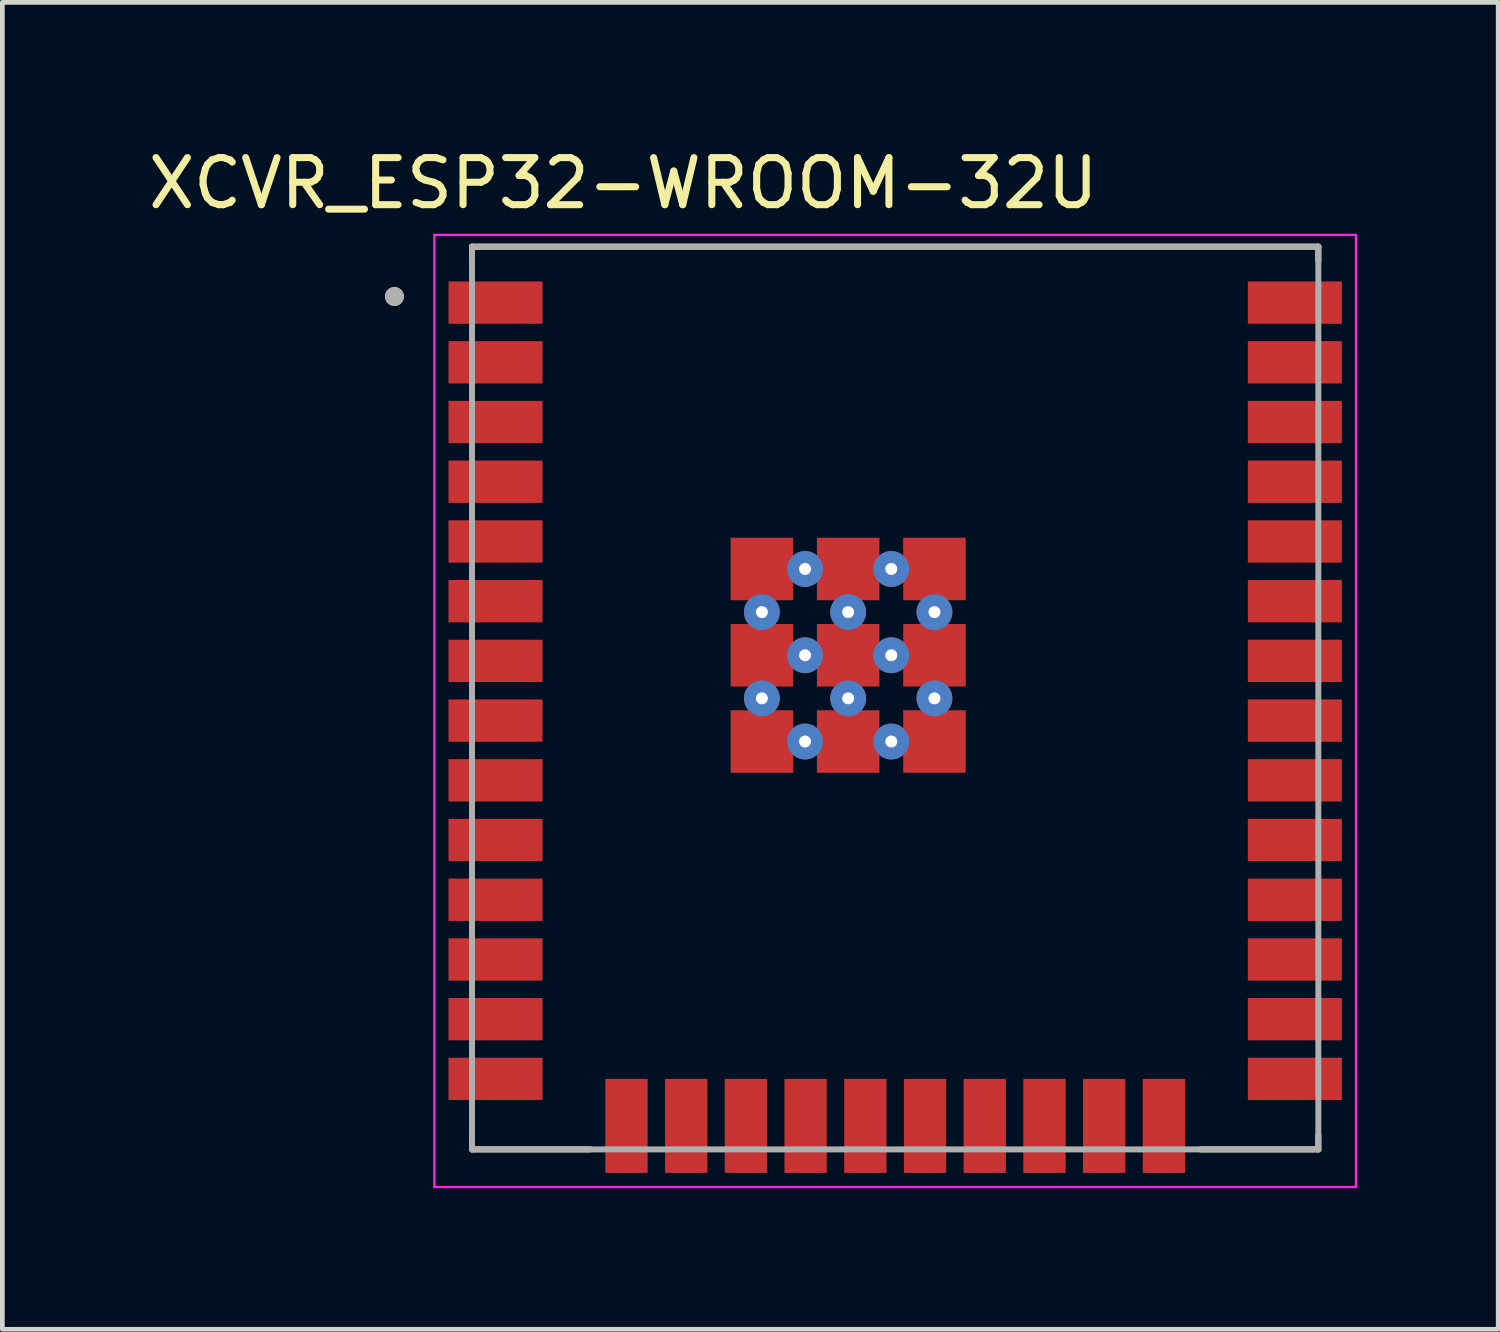
<source format=kicad_pcb>
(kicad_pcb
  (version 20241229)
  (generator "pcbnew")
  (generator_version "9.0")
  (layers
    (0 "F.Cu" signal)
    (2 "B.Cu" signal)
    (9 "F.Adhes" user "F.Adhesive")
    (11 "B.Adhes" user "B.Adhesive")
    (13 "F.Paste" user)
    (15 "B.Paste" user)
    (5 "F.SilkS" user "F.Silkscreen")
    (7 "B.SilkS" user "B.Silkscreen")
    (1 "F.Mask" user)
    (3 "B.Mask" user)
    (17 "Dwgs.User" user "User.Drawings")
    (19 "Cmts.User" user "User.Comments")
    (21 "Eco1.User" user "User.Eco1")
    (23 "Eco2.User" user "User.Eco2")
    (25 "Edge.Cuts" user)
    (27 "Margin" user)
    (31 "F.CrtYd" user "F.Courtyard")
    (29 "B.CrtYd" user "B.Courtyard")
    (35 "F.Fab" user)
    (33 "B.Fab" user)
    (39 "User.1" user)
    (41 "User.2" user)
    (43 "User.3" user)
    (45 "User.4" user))
  (footprint "XCVR_ESP32-WROOM-32U"
    (layer "F.Cu")
    (at 15.989 11.796)
    (property "Reference" "XCVR_ESP32-WROOM-32U" (at -5.782 -10.948 0) (layer "F.SilkS") (effects (font (size 1.001 1.001) (thickness 0.15))))
    (attr through_hole)
    (fp_line (start -9 -9.6) (end 9 -9.6) (stroke (width 0.127) (type solid)) (layer "F.SilkS"))
    (fp_line (start -9 -9.3) (end -9 -9.6) (stroke (width 0.127) (type solid)) (layer "F.SilkS"))
    (fp_line (start -9 9.3) (end -9 9.6) (stroke (width 0.127) (type solid)) (layer "F.SilkS"))
    (fp_line (start -9 9.6) (end -6.49 9.6) (stroke (width 0.127) (type solid)) (layer "F.SilkS"))
    (fp_line (start 6.49 9.6) (end 9 9.6) (stroke (width 0.127) (type solid)) (layer "F.SilkS"))
    (fp_line (start 9 -9.6) (end 9 -9.3) (stroke (width 0.127) (type solid)) (layer "F.SilkS"))
    (fp_line (start 9 9.6) (end 9 9.3) (stroke (width 0.127) (type solid)) (layer "F.SilkS"))
    (fp_circle (center -10.65 -8.54) (end -10.55 -8.54) (stroke (width 0.2) (type solid)) (fill no) (layer "F.SilkS"))
    (fp_line (start -9.8 -9.85) (end 9.8 -9.85) (stroke (width 0.05) (type solid)) (layer "F.CrtYd"))
    (fp_line (start -9.8 10.4) (end -9.8 -9.85) (stroke (width 0.05) (type solid)) (layer "F.CrtYd"))
    (fp_line (start 9.8 -9.85) (end 9.8 10.4) (stroke (width 0.05) (type solid)) (layer "F.CrtYd"))
    (fp_line (start 9.8 10.4) (end -9.8 10.4) (stroke (width 0.05) (type solid)) (layer "F.CrtYd"))
    (fp_line (start -9 -9.6) (end 9 -9.6) (stroke (width 0.127) (type solid)) (layer "F.Fab"))
    (fp_line (start -9 9.6) (end -9 -9.6) (stroke (width 0.127) (type solid)) (layer "F.Fab"))
    (fp_line (start 9 -9.6) (end 9 9.6) (stroke (width 0.127) (type solid)) (layer "F.Fab"))
    (fp_line (start 9 9.6) (end -9 9.6) (stroke (width 0.127) (type solid)) (layer "F.Fab"))
    (fp_circle (center -10.65 -8.54) (end -10.55 -8.54) (stroke (width 0.2) (type solid)) (fill no) (layer "F.Fab"))
    (pad "1" smd rect (at -8.5 -8.41) (size 2 0.9) (layers "F.Cu" "F.Mask" "F.Paste"))
    (pad "2" smd rect (at -8.5 -7.14) (size 2 0.9) (layers "F.Cu" "F.Mask" "F.Paste"))
    (pad "3" smd rect (at -8.5 -5.87) (size 2 0.9) (layers "F.Cu" "F.Mask" "F.Paste"))
    (pad "4" smd rect (at -8.5 -4.6) (size 2 0.9) (layers "F.Cu" "F.Mask" "F.Paste"))
    (pad "5" smd rect (at -8.5 -3.33) (size 2 0.9) (layers "F.Cu" "F.Mask" "F.Paste"))
    (pad "6" smd rect (at -8.5 -2.06) (size 2 0.9) (layers "F.Cu" "F.Mask" "F.Paste"))
    (pad "7" smd rect (at -8.5 -0.79) (size 2 0.9) (layers "F.Cu" "F.Mask" "F.Paste"))
    (pad "8" smd rect (at -8.5 0.48) (size 2 0.9) (layers "F.Cu" "F.Mask" "F.Paste"))
    (pad "9" smd rect (at -8.5 1.75) (size 2 0.9) (layers "F.Cu" "F.Mask" "F.Paste"))
    (pad "10" smd rect (at -8.5 3.02) (size 2 0.9) (layers "F.Cu" "F.Mask" "F.Paste"))
    (pad "11" smd rect (at -8.5 4.29) (size 2 0.9) (layers "F.Cu" "F.Mask" "F.Paste"))
    (pad "12" smd rect (at -8.5 5.56) (size 2 0.9) (layers "F.Cu" "F.Mask" "F.Paste"))
    (pad "13" smd rect (at -8.5 6.83) (size 2 0.9) (layers "F.Cu" "F.Mask" "F.Paste"))
    (pad "14" smd rect (at -8.5 8.1) (size 2 0.9) (layers "F.Cu" "F.Mask" "F.Paste"))
    (pad "15" smd rect (at -5.715 9.1) (size 0.9 2) (layers "F.Cu" "F.Mask" "F.Paste"))
    (pad "16" smd rect (at -4.445 9.1) (size 0.9 2) (layers "F.Cu" "F.Mask" "F.Paste"))
    (pad "17" smd rect (at -3.175 9.1) (size 0.9 2) (layers "F.Cu" "F.Mask" "F.Paste"))
    (pad "18" smd rect (at -1.905 9.1) (size 0.9 2) (layers "F.Cu" "F.Mask" "F.Paste"))
    (pad "19" smd rect (at -0.635 9.1) (size 0.9 2) (layers "F.Cu" "F.Mask" "F.Paste"))
    (pad "20" smd rect (at 0.635 9.1) (size 0.9 2) (layers "F.Cu" "F.Mask" "F.Paste"))
    (pad "21" smd rect (at 1.905 9.1) (size 0.9 2) (layers "F.Cu" "F.Mask" "F.Paste"))
    (pad "22" smd rect (at 3.175 9.1) (size 0.9 2) (layers "F.Cu" "F.Mask" "F.Paste"))
    (pad "23" smd rect (at 4.445 9.1) (size 0.9 2) (layers "F.Cu" "F.Mask" "F.Paste"))
    (pad "24" smd rect (at 5.715 9.1) (size 0.9 2) (layers "F.Cu" "F.Mask" "F.Paste"))
    (pad "25" smd rect (at 8.5 8.1) (size 2 0.9) (layers "F.Cu" "F.Mask" "F.Paste"))
    (pad "26" smd rect (at 8.5 6.83) (size 2 0.9) (layers "F.Cu" "F.Mask" "F.Paste"))
    (pad "27" smd rect (at 8.5 5.56) (size 2 0.9) (layers "F.Cu" "F.Mask" "F.Paste"))
    (pad "28" smd rect (at 8.5 4.29) (size 2 0.9) (layers "F.Cu" "F.Mask" "F.Paste"))
    (pad "29" smd rect (at 8.5 3.02) (size 2 0.9) (layers "F.Cu" "F.Mask" "F.Paste"))
    (pad "30" smd rect (at 8.5 1.75) (size 2 0.9) (layers "F.Cu" "F.Mask" "F.Paste"))
    (pad "31" smd rect (at 8.5 0.48) (size 2 0.9) (layers "F.Cu" "F.Mask" "F.Paste"))
    (pad "32" smd rect (at 8.5 -0.79) (size 2 0.9) (layers "F.Cu" "F.Mask" "F.Paste"))
    (pad "33" smd rect (at 8.5 -2.06) (size 2 0.9) (layers "F.Cu" "F.Mask" "F.Paste"))
    (pad "34" smd rect (at 8.5 -3.33) (size 2 0.9) (layers "F.Cu" "F.Mask" "F.Paste"))
    (pad "35" smd rect (at 8.5 -4.6) (size 2 0.9) (layers "F.Cu" "F.Mask" "F.Paste"))
    (pad "36" smd rect (at 8.5 -5.87) (size 2 0.9) (layers "F.Cu" "F.Mask" "F.Paste"))
    (pad "37" smd rect (at 8.5 -7.14) (size 2 0.9) (layers "F.Cu" "F.Mask" "F.Paste"))
    (pad "38" smd rect (at 8.5 -8.41) (size 2 0.9) (layers "F.Cu" "F.Mask" "F.Paste"))
    (pad "G.1" smd rect (at 0.835 -2.745) (size 1.33 1.33) (layers "F.Cu" "F.Mask" "F.Paste"))
    (pad "G.2" smd rect (at -1 -2.745) (size 1.33 1.33) (layers "F.Cu" "F.Mask" "F.Paste"))
    (pad "G.4" smd rect (at -2.835 -2.745) (size 1.33 1.33) (layers "F.Cu" "F.Mask" "F.Paste"))
    (pad "G.5" smd rect (at 0.835 -0.91) (size 1.33 1.33) (layers "F.Cu" "F.Mask" "F.Paste"))
    (pad "G.6" smd rect (at -1 -0.91) (size 1.33 1.33) (layers "F.Cu" "F.Mask" "F.Paste"))
    (pad "G.7" smd rect (at -2.835 -0.91) (size 1.33 1.33) (layers "F.Cu" "F.Mask" "F.Paste"))
    (pad "G.8" smd rect (at 0.835 0.925) (size 1.33 1.33) (layers "F.Cu" "F.Mask" "F.Paste"))
    (pad "G.9" smd rect (at -1 0.925) (size 1.33 1.33) (layers "F.Cu" "F.Mask" "F.Paste"))
    (pad "G.10" smd rect (at -2.835 0.925) (size 1.33 1.33) (layers "F.Cu" "F.Mask" "F.Paste"))
    (pad "G.11" thru_hole circle (at -0.083 -2.745) (size 0.762 0.762) (drill 0.254) (layers "*.Cu" "*.Mask"))
    (pad "G.12" thru_hole circle (at -1.917 -2.745) (size 0.762 0.762) (drill 0.254) (layers "*.Cu" "*.Mask"))
    (pad "G.13" thru_hole circle (at 0.835 -1.827) (size 0.762 0.762) (drill 0.254) (layers "*.Cu" "*.Mask"))
    (pad "G.14" thru_hole circle (at -1 -1.827) (size 0.762 0.762) (drill 0.254) (layers "*.Cu" "*.Mask"))
    (pad "G.15" thru_hole circle (at -2.835 -1.827) (size 0.762 0.762) (drill 0.254) (layers "*.Cu" "*.Mask"))
    (pad "G.16" thru_hole circle (at -0.083 -0.91) (size 0.762 0.762) (drill 0.254) (layers "*.Cu" "*.Mask"))
    (pad "G.17" thru_hole circle (at -1.917 -0.91) (size 0.762 0.762) (drill 0.254) (layers "*.Cu" "*.Mask"))
    (pad "G.18" thru_hole circle (at 0.835 0.007) (size 0.762 0.762) (drill 0.254) (layers "*.Cu" "*.Mask"))
    (pad "G.19" thru_hole circle (at -1 0.007) (size 0.762 0.762) (drill 0.254) (layers "*.Cu" "*.Mask"))
    (pad "G.20" thru_hole circle (at -2.835 0.007) (size 0.762 0.762) (drill 0.254) (layers "*.Cu" "*.Mask"))
    (pad "G.21" thru_hole circle (at -0.083 0.925) (size 0.762 0.762) (drill 0.254) (layers "*.Cu" "*.Mask"))
    (pad "G.22" thru_hole circle (at -1.917 0.925) (size 0.762 0.762) (drill 0.254) (layers "*.Cu" "*.Mask")))
  (gr_rect
    (start -3 -3)
    (end 28.814 25.221)
    (stroke (width 0.1) (type default))
    (fill no)
    (layer "Edge.Cuts")))
</source>
